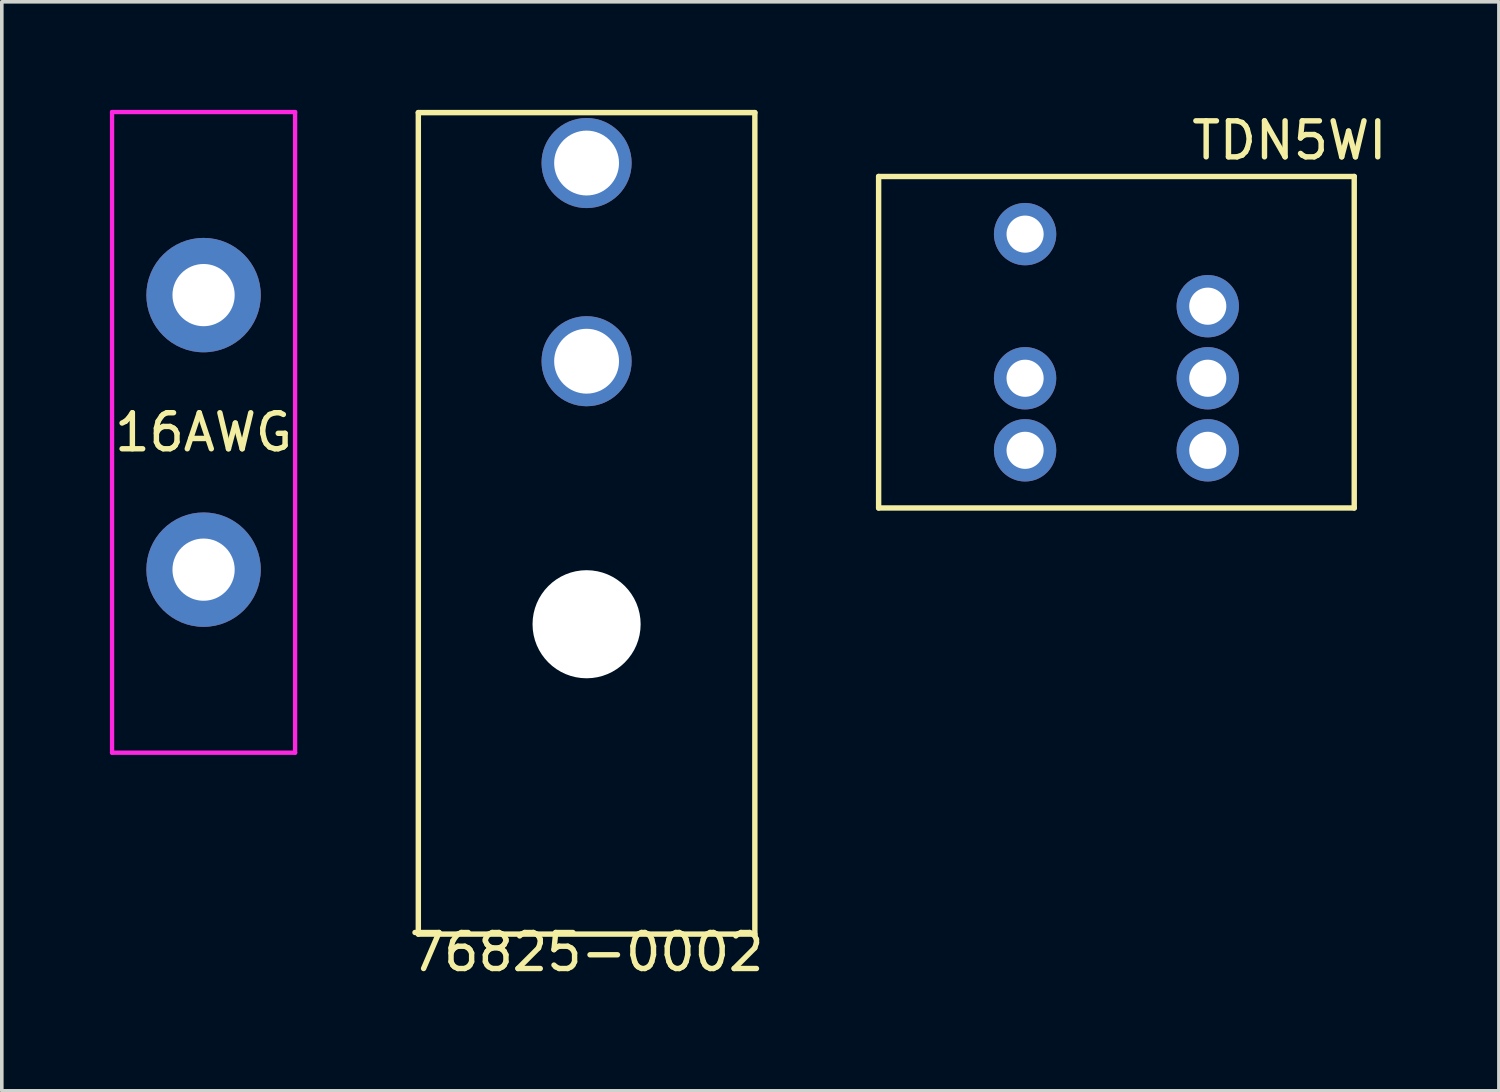
<source format=kicad_pcb>
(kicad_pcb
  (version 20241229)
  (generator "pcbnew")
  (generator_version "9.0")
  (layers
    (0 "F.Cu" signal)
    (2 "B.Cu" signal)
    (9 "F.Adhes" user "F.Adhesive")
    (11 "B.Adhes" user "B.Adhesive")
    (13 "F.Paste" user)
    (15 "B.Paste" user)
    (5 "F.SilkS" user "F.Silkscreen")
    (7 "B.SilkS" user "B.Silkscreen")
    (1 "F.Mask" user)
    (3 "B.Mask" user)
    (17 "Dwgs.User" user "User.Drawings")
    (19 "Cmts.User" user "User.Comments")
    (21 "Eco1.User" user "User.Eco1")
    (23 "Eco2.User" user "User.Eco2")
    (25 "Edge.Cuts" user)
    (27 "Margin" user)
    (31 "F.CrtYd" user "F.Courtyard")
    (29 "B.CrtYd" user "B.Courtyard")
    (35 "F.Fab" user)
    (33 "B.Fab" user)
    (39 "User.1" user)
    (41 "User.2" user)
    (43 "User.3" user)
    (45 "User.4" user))
  (footprint "76825-0002"
    (layer "F.Cu")
    (at 13.23 22.875)
    (property "Reference" "76825-0002" (at 0 0.5 0) (layer "F.SilkS") (effects (font (size 1 1) (thickness 0.15))))
    (attr through_hole)
    (fp_line (start -4.67 -22.8) (end -4.67 0) (stroke (width 0.15) (type solid)) (layer "F.SilkS"))
    (fp_line (start -4.67 0) (end 4.67 0) (stroke (width 0.15) (type solid)) (layer "F.SilkS"))
    (fp_line (start 4.67 -22.8) (end -4.67 -22.8) (stroke (width 0.15) (type solid)) (layer "F.SilkS"))
    (fp_line (start 4.67 0) (end 4.67 -22.8) (stroke (width 0.15) (type solid)) (layer "F.SilkS"))
    (pad "" np_thru_hole circle (at 0 -8.6) (size 3 3) (drill 3) (layers "*.Cu" "*.Mask"))
    (pad "1" thru_hole circle (at 0 -15.9) (size 2.5 2.5) (drill 1.8) (layers "*.Cu" "*.Mask"))
    (pad "2" thru_hole circle (at 0 -21.4) (size 2.5 2.5) (drill 1.8) (layers "*.Cu" "*.Mask")))
  (footprint "TDN5WI"
    (layer "F.Cu")
    (at 27.935 6.448)
    (property "Reference" "TDN5WI" (at 4.8 -5.6 0) (layer "F.SilkS") (effects (font (size 1 1) (thickness 0.15))))
    (attr through_hole)
    (fp_line (start -6.6 -4.6) (end 6.6 -4.6) (stroke (width 0.15) (type solid)) (layer "F.SilkS"))
    (fp_line (start -6.6 4.6) (end -6.6 -4.6) (stroke (width 0.15) (type solid)) (layer "F.SilkS"))
    (fp_line (start 6.6 -4.6) (end 6.6 4.6) (stroke (width 0.15) (type solid)) (layer "F.SilkS"))
    (fp_line (start 6.6 4.6) (end -6.6 4.6) (stroke (width 0.15) (type solid)) (layer "F.SilkS"))
    (pad "1" thru_hole circle (at -2.535 3) (size 1.73 1.73) (drill 1.03) (layers "*.Cu" "*.Mask"))
    (pad "2" thru_hole circle (at -2.535 1) (size 1.73 1.73) (drill 1.03) (layers "*.Cu" "*.Mask"))
    (pad "4" thru_hole circle (at -2.535 -3) (size 1.73 1.73) (drill 1.03) (layers "*.Cu" "*.Mask"))
    (pad "5" thru_hole circle (at 2.535 3) (size 1.73 1.73) (drill 1.03) (layers "*.Cu" "*.Mask"))
    (pad "6" thru_hole circle (at 2.535 1) (size 1.73 1.73) (drill 1.03) (layers "*.Cu" "*.Mask"))
    (pad "7" thru_hole circle (at 2.535 -1) (size 1.73 1.73) (drill 1.03) (layers "*.Cu" "*.Mask")))
  (footprint "16AWG"
    (layer "F.Cu")
    (at 2.6 8.95)
    (property "Reference" "16AWG" (at 0 0 0) (layer "F.SilkS") (effects (font (size 1 1) (thickness 0.15))))
    (attr through_hole)
    (fp_line (start -2.54 -8.89) (end 2.54 -8.89) (stroke (width 0.12) (type solid)) (layer "F.CrtYd"))
    (fp_line (start -2.54 8.89) (end -2.54 -8.89) (stroke (width 0.12) (type solid)) (layer "F.CrtYd"))
    (fp_line (start 2.54 -8.89) (end 2.54 8.89) (stroke (width 0.12) (type solid)) (layer "F.CrtYd"))
    (fp_line (start 2.54 8.89) (end -2.54 8.89) (stroke (width 0.12) (type solid)) (layer "F.CrtYd"))
    (pad "1" thru_hole circle (at 0 3.81) (size 3.175 3.175) (drill 1.727) (layers "*.Cu" "*.Mask"))
    (pad "2" thru_hole circle (at 0 -3.81) (size 3.175 3.175) (drill 1.727) (layers "*.Cu" "*.Mask")))
  (gr_rect
    (start -3 -3)
    (end 38.55 27.223)
    (stroke (width 0.1) (type default))
    (fill no)
    (layer "Edge.Cuts")))
</source>
